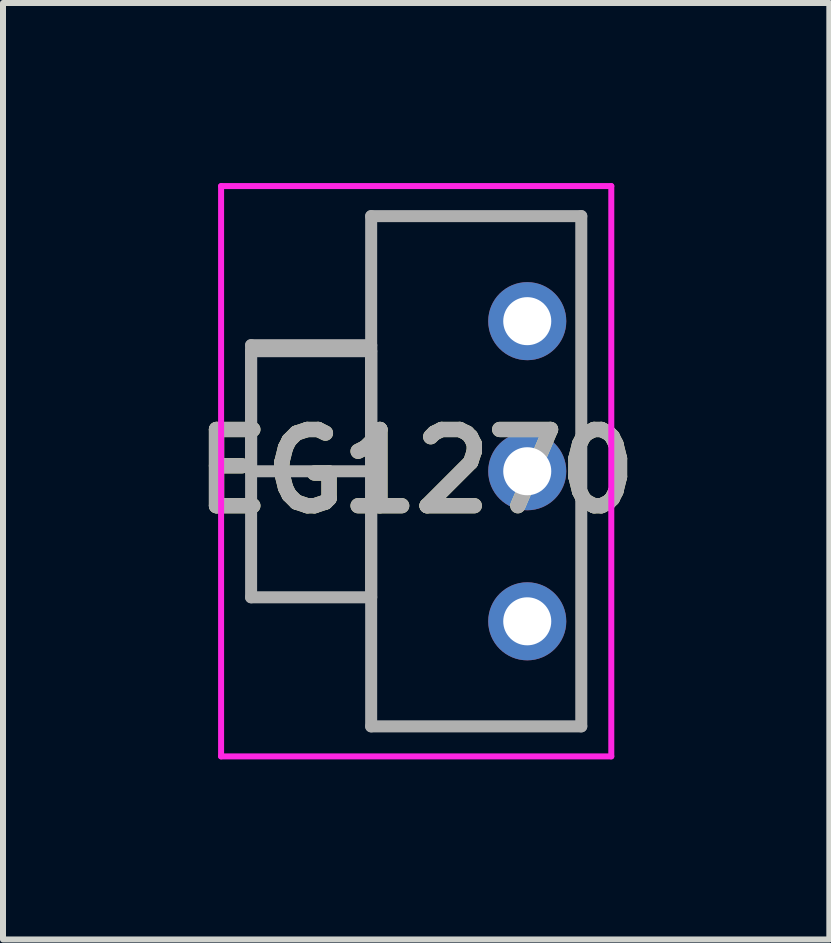
<source format=kicad_pcb>
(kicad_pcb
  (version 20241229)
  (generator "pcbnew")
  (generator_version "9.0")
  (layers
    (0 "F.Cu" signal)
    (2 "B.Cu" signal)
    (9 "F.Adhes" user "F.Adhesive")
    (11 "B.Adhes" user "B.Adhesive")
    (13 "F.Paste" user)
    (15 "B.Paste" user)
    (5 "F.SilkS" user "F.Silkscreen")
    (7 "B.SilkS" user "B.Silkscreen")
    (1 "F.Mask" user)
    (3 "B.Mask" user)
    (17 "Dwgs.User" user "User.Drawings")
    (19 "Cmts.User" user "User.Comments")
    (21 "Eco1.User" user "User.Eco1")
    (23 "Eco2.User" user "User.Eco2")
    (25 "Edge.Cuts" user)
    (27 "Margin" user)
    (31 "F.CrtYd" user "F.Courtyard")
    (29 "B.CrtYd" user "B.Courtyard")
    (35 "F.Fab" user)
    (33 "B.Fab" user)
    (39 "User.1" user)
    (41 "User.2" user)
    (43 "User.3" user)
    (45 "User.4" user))
  (footprint "EG1270"
    (layer "F.Cu")
    (at 5.733 7.3)
    (property "Reference" "EG1270" (at -1.85 -2.5 0) (layer "F.SilkS") (effects (font (size 1.27 1.27) (thickness 0.254))))
    (attr through_hole)
    (fp_line (start -2.6 -6.75) (end 0.9 -6.75) (stroke (width 0.1) (type solid)) (layer "F.SilkS"))
    (fp_line (start -2.6 1.75) (end -2.6 -6.75) (stroke (width 0.1) (type solid)) (layer "F.SilkS"))
    (fp_line (start 0.9 -6.75) (end 0.9 -6) (stroke (width 0.1) (type solid)) (layer "F.SilkS"))
    (fp_line (start 0.9 1) (end 0.9 1.75) (stroke (width 0.1) (type solid)) (layer "F.SilkS"))
    (fp_line (start 0.9 1.75) (end -2.6 1.75) (stroke (width 0.1) (type solid)) (layer "F.SilkS"))
    (fp_line (start -5.1 -7.25) (end 1.4 -7.25) (stroke (width 0.1) (type solid)) (layer "F.CrtYd"))
    (fp_line (start -5.1 2.25) (end -5.1 -7.25) (stroke (width 0.1) (type solid)) (layer "F.CrtYd"))
    (fp_line (start 1.4 -7.25) (end 1.4 2.25) (stroke (width 0.1) (type solid)) (layer "F.CrtYd"))
    (fp_line (start 1.4 2.25) (end -5.1 2.25) (stroke (width 0.1) (type solid)) (layer "F.CrtYd"))
    (fp_line (start -4.6 -4.6) (end -2.6 -4.6) (stroke (width 0.2) (type solid)) (layer "F.Fab"))
    (fp_line (start -4.6 -4.5) (end -4.6 -2.5) (stroke (width 0.2) (type solid)) (layer "F.Fab"))
    (fp_line (start -4.6 -2.5) (end -2.6 -2.5) (stroke (width 0.2) (type solid)) (layer "F.Fab"))
    (fp_line (start -4.6 -0.4) (end -4.6 -4.6) (stroke (width 0.2) (type solid)) (layer "F.Fab"))
    (fp_line (start -2.6 -6.75) (end 0.9 -6.75) (stroke (width 0.2) (type solid)) (layer "F.Fab"))
    (fp_line (start -2.6 -4.6) (end -2.6 -0.4) (stroke (width 0.2) (type solid)) (layer "F.Fab"))
    (fp_line (start -2.6 -4.5) (end -4.6 -4.5) (stroke (width 0.2) (type solid)) (layer "F.Fab"))
    (fp_line (start -2.6 -2.5) (end -2.6 -4.5) (stroke (width 0.2) (type solid)) (layer "F.Fab"))
    (fp_line (start -2.6 -0.4) (end -4.6 -0.4) (stroke (width 0.2) (type solid)) (layer "F.Fab"))
    (fp_line (start -2.6 1.75) (end -2.6 -6.75) (stroke (width 0.2) (type solid)) (layer "F.Fab"))
    (fp_line (start 0.9 -6.75) (end 0.9 1.75) (stroke (width 0.2) (type solid)) (layer "F.Fab"))
    (fp_line (start 0.9 1.75) (end -2.6 1.75) (stroke (width 0.2) (type solid)) (layer "F.Fab"))
    (fp_text user "${REFERENCE}" (at -1.85 -2.5 0) (layer "F.Fab") (effects (font (size 1.27 1.27) (thickness 0.254))))
    (pad "1" thru_hole circle (at 0 0) (size 1.3 1.3) (drill 0.8) (layers "*.Cu" "*.Mask"))
    (pad "2" thru_hole circle (at 0 -2.5) (size 1.3 1.3) (drill 0.8) (layers "*.Cu" "*.Mask"))
    (pad "3" thru_hole circle (at 0 -5) (size 1.3 1.3) (drill 0.8) (layers "*.Cu" "*.Mask")))
  (gr_rect
    (start -3 -3)
    (end 10.765 12.6)
    (stroke (width 0.1) (type default))
    (fill no)
    (layer "Edge.Cuts")))
</source>
